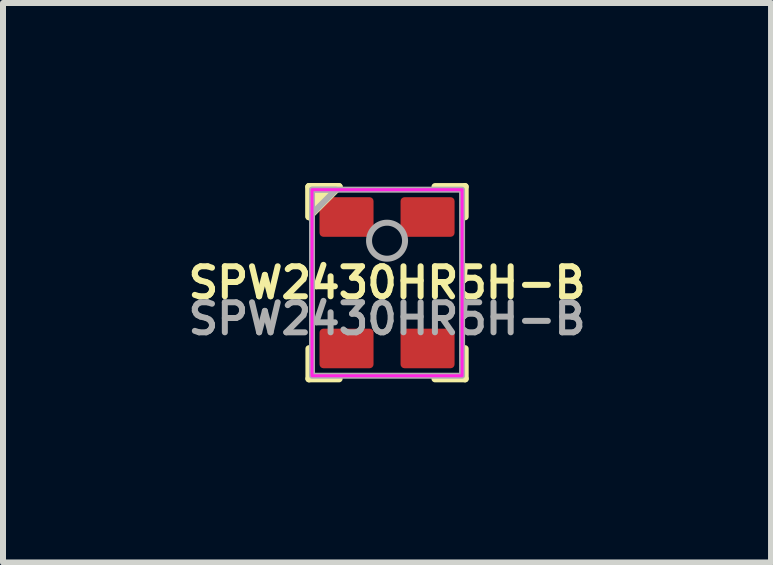
<source format=kicad_pcb>
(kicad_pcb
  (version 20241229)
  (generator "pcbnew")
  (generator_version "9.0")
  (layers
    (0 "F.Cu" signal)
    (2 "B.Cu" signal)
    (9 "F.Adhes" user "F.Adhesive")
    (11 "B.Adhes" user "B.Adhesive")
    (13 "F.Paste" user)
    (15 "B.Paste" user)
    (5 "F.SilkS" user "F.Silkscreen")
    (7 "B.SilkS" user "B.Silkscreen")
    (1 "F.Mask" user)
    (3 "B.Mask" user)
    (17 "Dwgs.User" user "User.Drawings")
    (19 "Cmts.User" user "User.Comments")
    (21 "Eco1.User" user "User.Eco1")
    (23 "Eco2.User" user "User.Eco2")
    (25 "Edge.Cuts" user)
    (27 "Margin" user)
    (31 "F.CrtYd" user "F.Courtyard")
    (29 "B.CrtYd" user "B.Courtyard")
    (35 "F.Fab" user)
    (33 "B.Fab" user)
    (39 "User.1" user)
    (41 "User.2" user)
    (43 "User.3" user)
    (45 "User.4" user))
  (footprint "SPW2430HR5H-B"
    (layer "F.Cu")
    (at 3.398 1.66)
    (property "Reference" "SPW2430HR5H-B" (at 0 0 0) (unlocked yes) (layer "F.SilkS") (effects (font (size 0.5 0.5) (thickness 0.1))))
    (attr smd)
    (fp_line (start -1.3 -1.6) (end -1.3 -1.1) (stroke (width 0.12) (type solid)) (layer "F.SilkS"))
    (fp_line (start -1.3 -1.6) (end -0.8 -1.6) (stroke (width 0.12) (type solid)) (layer "F.SilkS"))
    (fp_line (start -1.3 1.6) (end -1.3 1.1) (stroke (width 0.12) (type solid)) (layer "F.SilkS"))
    (fp_line (start -1.3 1.6) (end -0.8 1.6) (stroke (width 0.12) (type solid)) (layer "F.SilkS"))
    (fp_line (start 1.3 -1.6) (end 0.8 -1.6) (stroke (width 0.12) (type solid)) (layer "F.SilkS"))
    (fp_line (start 1.3 -1.6) (end 1.3 -1.1) (stroke (width 0.12) (type solid)) (layer "F.SilkS"))
    (fp_line (start 1.3 1.6) (end 0.8 1.6) (stroke (width 0.12) (type solid)) (layer "F.SilkS"))
    (fp_line (start 1.3 1.6) (end 1.3 1.1) (stroke (width 0.12) (type solid)) (layer "F.SilkS"))
    (fp_poly (pts (xy -1.3 -1.1) (xy -1.3 -1.6) (xy -0.8 -1.6)) (stroke (width 0.12) (type solid)) (fill yes) (layer "F.SilkS"))
    (fp_rect (start -1.25 -1.55) (end 1.25 1.55) (stroke (width 0.05) (type solid)) (fill no) (layer "F.CrtYd"))
    (fp_rect (start -1.25 -1.55) (end 1.25 1.55) (stroke (width 0.1) (type solid)) (fill no) (layer "F.Fab"))
    (fp_circle (center 0 -0.7) (end 0 -0.4) (stroke (width 0.1) (type solid)) (fill no) (layer "F.Fab"))
    (fp_poly (pts (xy -1.25 -1.15) (xy -1.25 -1.55) (xy -0.85 -1.55)) (stroke (width 0.1) (type solid)) (fill no) (layer "F.Fab"))
    (fp_text user "${REFERENCE}" (at 0 0.6 0) (unlocked yes) (layer "F.Fab") (effects (font (size 0.5 0.5) (thickness 0.1))))
    (pad "1" smd roundrect (at -0.675 -1.095) (size 0.9 0.66) (layers "F.Cu" "F.Mask" "F.Paste") (roundrect_rratio 0.1))
    (pad "2" smd roundrect (at -0.675 1.095) (size 0.9 0.66) (layers "F.Cu" "F.Mask" "F.Paste") (roundrect_rratio 0.1))
    (pad "3" smd roundrect (at 0.675 1.095) (size 0.9 0.66) (layers "F.Cu" "F.Mask" "F.Paste") (roundrect_rratio 0.1))
    (pad "4" smd roundrect (at 0.675 -1.095) (size 0.9 0.66) (layers "F.Cu" "F.Mask" "F.Paste") (roundrect_rratio 0.1)))
  (gr_rect
    (start -3 -3)
    (end 9.795 6.32)
    (stroke (width 0.1) (type default))
    (fill no)
    (layer "Edge.Cuts")))
</source>
